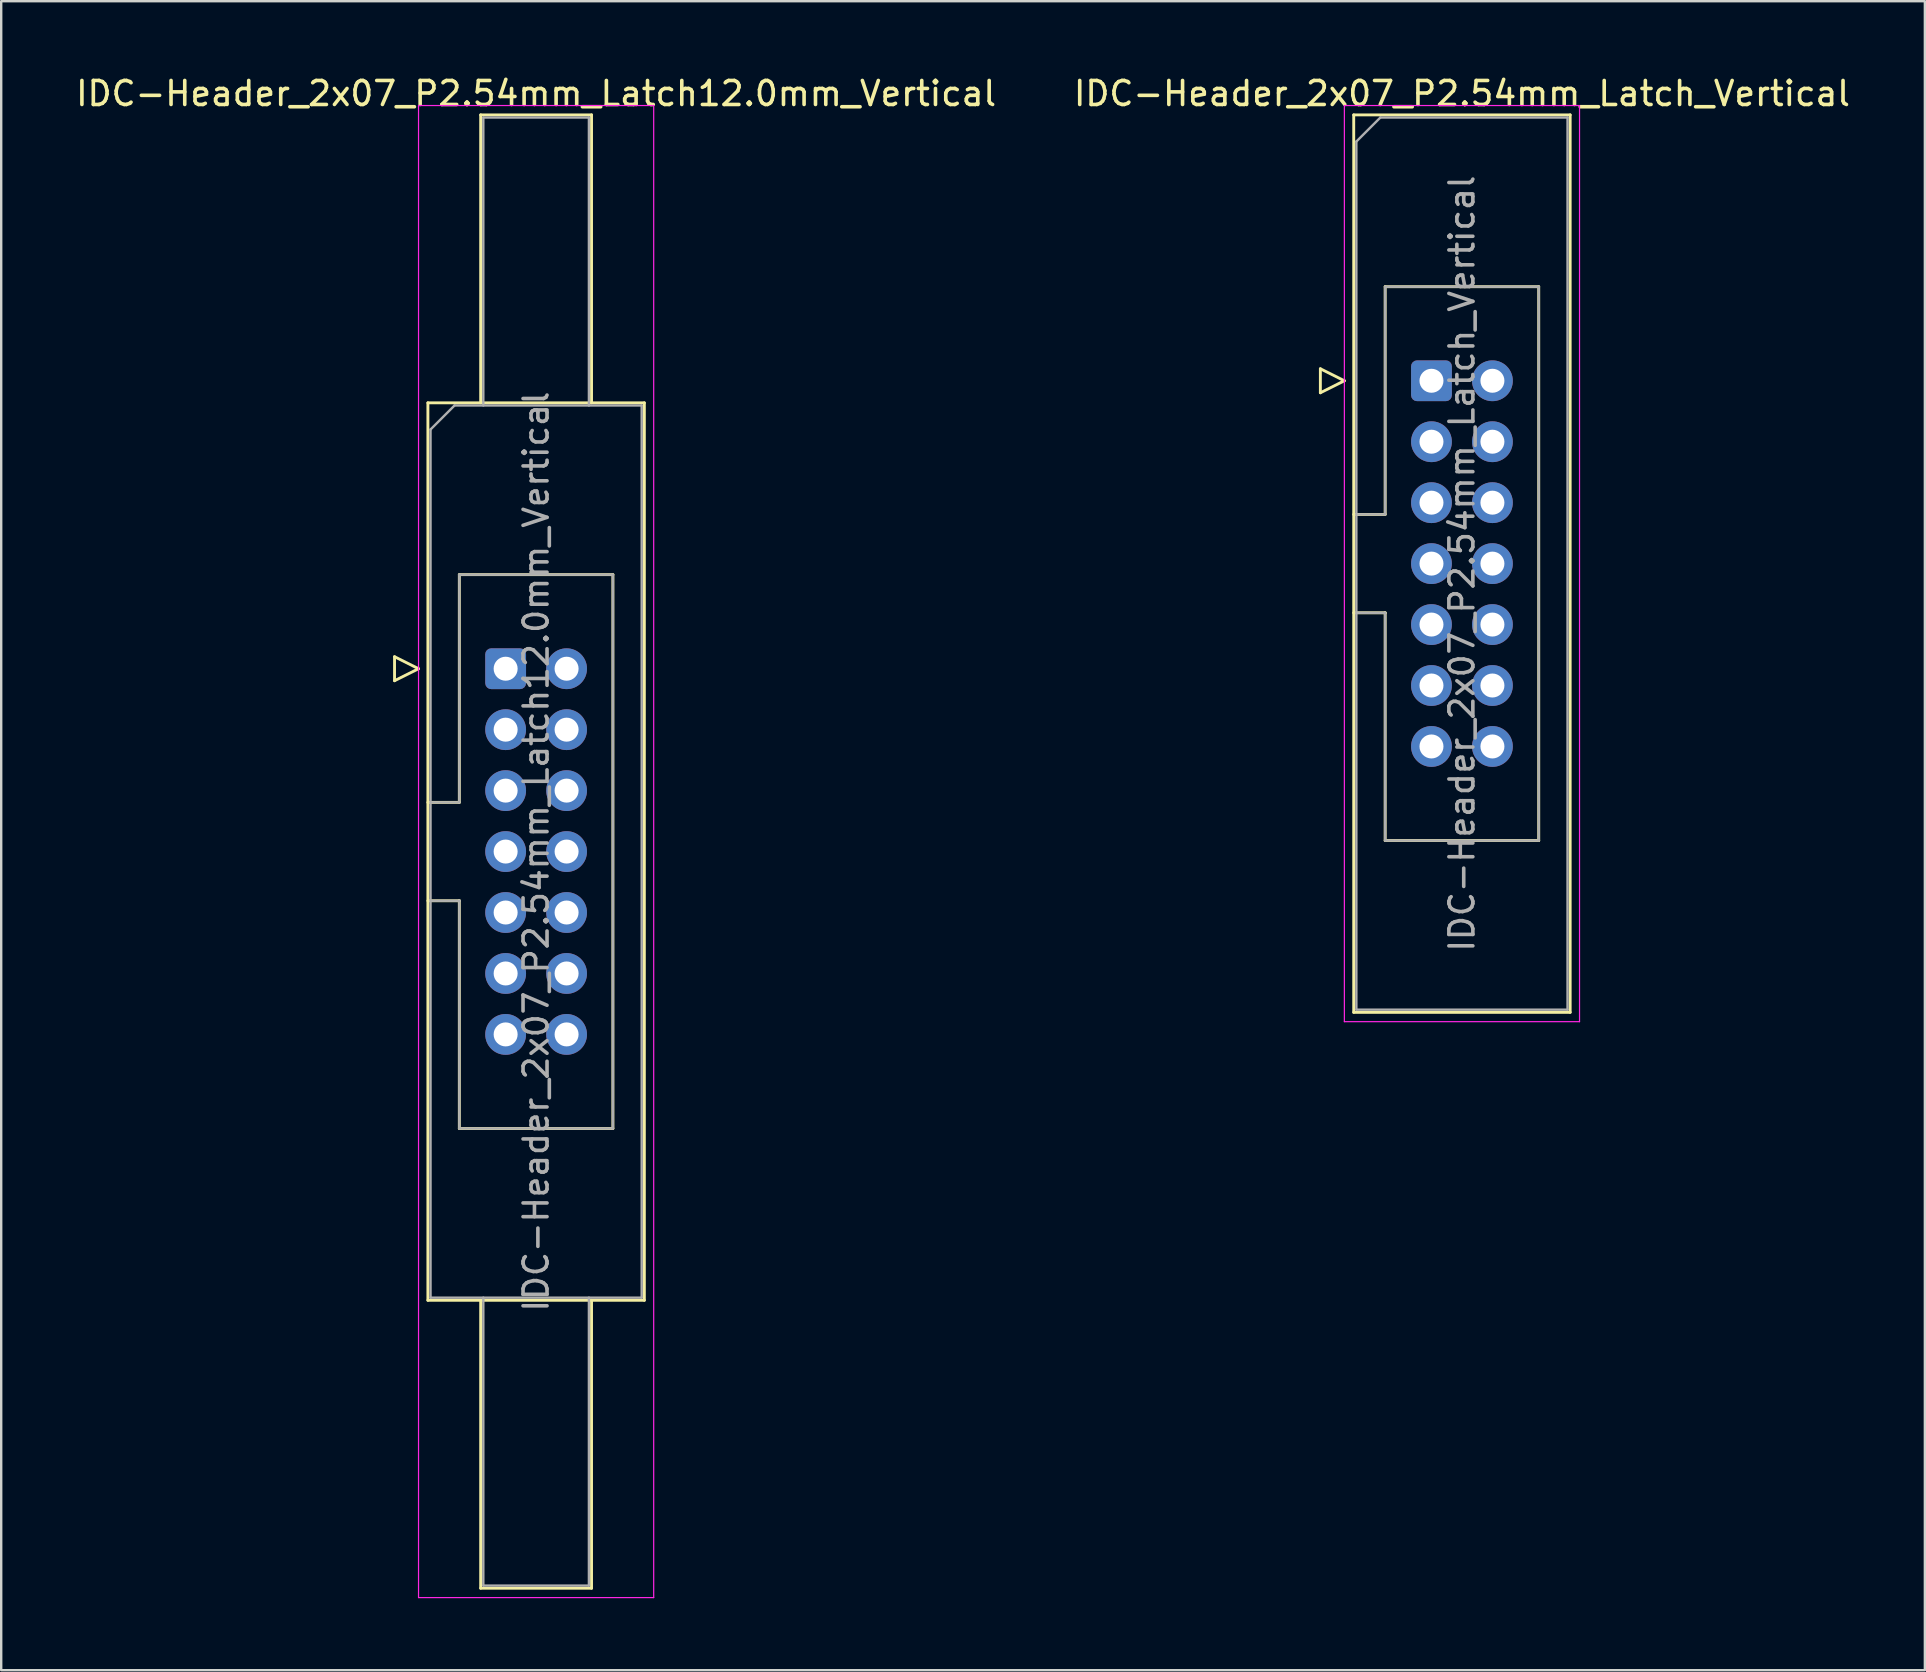
<source format=kicad_pcb>
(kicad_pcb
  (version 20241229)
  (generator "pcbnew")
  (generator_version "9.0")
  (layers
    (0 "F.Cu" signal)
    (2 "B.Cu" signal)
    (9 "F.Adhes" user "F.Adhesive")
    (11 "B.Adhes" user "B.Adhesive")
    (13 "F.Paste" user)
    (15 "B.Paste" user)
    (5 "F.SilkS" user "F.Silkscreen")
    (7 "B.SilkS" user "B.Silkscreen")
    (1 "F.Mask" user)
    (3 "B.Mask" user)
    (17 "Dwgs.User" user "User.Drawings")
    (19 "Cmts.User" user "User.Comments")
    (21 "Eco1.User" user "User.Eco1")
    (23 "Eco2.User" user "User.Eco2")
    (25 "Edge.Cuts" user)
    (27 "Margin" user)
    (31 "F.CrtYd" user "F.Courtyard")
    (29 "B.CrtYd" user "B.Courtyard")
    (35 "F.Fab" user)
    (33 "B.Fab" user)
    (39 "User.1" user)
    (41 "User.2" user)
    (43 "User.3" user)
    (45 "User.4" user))
  (footprint "IDC-Header_2x07_P2.54mm_Latch12.0mm_Vertical"
    (layer "F.Cu")
    (at 18.022 24.818)
    (property "Reference" "IDC-Header_2x07_P2.54mm_Latch12.0mm_Vertical" (at 1.27 -23.97 0) (layer "F.SilkS") (effects (font (size 1 1) (thickness 0.15))))
    (attr through_hole)
    (fp_line (start -4.63 -0.5) (end -4.63 0.5) (stroke (width 0.12) (type solid)) (layer "F.SilkS"))
    (fp_line (start -4.63 0.5) (end -3.63 0) (stroke (width 0.12) (type solid)) (layer "F.SilkS"))
    (fp_line (start -3.63 0) (end -4.63 -0.5) (stroke (width 0.12) (type solid)) (layer "F.SilkS"))
    (fp_line (start -3.24 -11.08) (end 5.78 -11.08) (stroke (width 0.12) (type solid)) (layer "F.SilkS"))
    (fp_line (start -3.24 5.57) (end -1.93 5.57) (stroke (width 0.12) (type solid)) (layer "F.SilkS"))
    (fp_line (start -3.24 26.32) (end -3.24 -11.08) (stroke (width 0.12) (type solid)) (layer "F.SilkS"))
    (fp_line (start -1.93 -3.92) (end 4.47 -3.92) (stroke (width 0.12) (type solid)) (layer "F.SilkS"))
    (fp_line (start -1.93 5.57) (end -1.93 -3.92) (stroke (width 0.12) (type solid)) (layer "F.SilkS"))
    (fp_line (start -1.93 9.67) (end -3.24 9.67) (stroke (width 0.12) (type solid)) (layer "F.SilkS"))
    (fp_line (start -1.93 9.67) (end -1.93 9.67) (stroke (width 0.12) (type solid)) (layer "F.SilkS"))
    (fp_line (start -1.93 19.16) (end -1.93 9.67) (stroke (width 0.12) (type solid)) (layer "F.SilkS"))
    (fp_line (start -1.04 -23.08) (end 3.58 -23.08) (stroke (width 0.12) (type solid)) (layer "F.SilkS"))
    (fp_line (start -1.04 -11.08) (end -1.04 -23.08) (stroke (width 0.12) (type solid)) (layer "F.SilkS"))
    (fp_line (start -1.04 26.32) (end -1.04 38.32) (stroke (width 0.12) (type solid)) (layer "F.SilkS"))
    (fp_line (start -1.04 38.32) (end 3.58 38.32) (stroke (width 0.12) (type solid)) (layer "F.SilkS"))
    (fp_line (start 3.58 -23.08) (end 3.58 -11.08) (stroke (width 0.12) (type solid)) (layer "F.SilkS"))
    (fp_line (start 3.58 38.32) (end 3.58 26.32) (stroke (width 0.12) (type solid)) (layer "F.SilkS"))
    (fp_line (start 4.47 -3.92) (end 4.47 19.16) (stroke (width 0.12) (type solid)) (layer "F.SilkS"))
    (fp_line (start 4.47 19.16) (end -1.93 19.16) (stroke (width 0.12) (type solid)) (layer "F.SilkS"))
    (fp_line (start 5.78 -11.08) (end 5.78 26.32) (stroke (width 0.12) (type solid)) (layer "F.SilkS"))
    (fp_line (start 5.78 26.32) (end -3.24 26.32) (stroke (width 0.12) (type solid)) (layer "F.SilkS"))
    (fp_line (start -3.63 -23.47) (end -3.63 38.71) (stroke (width 0.05) (type solid)) (layer "F.CrtYd"))
    (fp_line (start -3.63 38.71) (end 6.17 38.71) (stroke (width 0.05) (type solid)) (layer "F.CrtYd"))
    (fp_line (start 6.17 -23.47) (end -3.63 -23.47) (stroke (width 0.05) (type solid)) (layer "F.CrtYd"))
    (fp_line (start 6.17 38.71) (end 6.17 -23.47) (stroke (width 0.05) (type solid)) (layer "F.CrtYd"))
    (fp_line (start -3.13 -9.97) (end -2.13 -10.97) (stroke (width 0.1) (type solid)) (layer "F.Fab"))
    (fp_line (start -3.13 5.57) (end -1.93 5.57) (stroke (width 0.1) (type solid)) (layer "F.Fab"))
    (fp_line (start -3.13 26.21) (end -3.13 -9.97) (stroke (width 0.1) (type solid)) (layer "F.Fab"))
    (fp_line (start -2.13 -10.97) (end 5.67 -10.97) (stroke (width 0.1) (type solid)) (layer "F.Fab"))
    (fp_line (start -1.93 -3.92) (end 4.47 -3.92) (stroke (width 0.1) (type solid)) (layer "F.Fab"))
    (fp_line (start -1.93 5.57) (end -1.93 -3.92) (stroke (width 0.1) (type solid)) (layer "F.Fab"))
    (fp_line (start -1.93 9.67) (end -3.13 9.67) (stroke (width 0.1) (type solid)) (layer "F.Fab"))
    (fp_line (start -1.93 9.67) (end -1.93 9.67) (stroke (width 0.1) (type solid)) (layer "F.Fab"))
    (fp_line (start -1.93 19.16) (end -1.93 9.67) (stroke (width 0.1) (type solid)) (layer "F.Fab"))
    (fp_line (start -0.93 -22.97) (end 3.47 -22.97) (stroke (width 0.1) (type solid)) (layer "F.Fab"))
    (fp_line (start -0.93 -10.97) (end -0.93 -22.97) (stroke (width 0.1) (type solid)) (layer "F.Fab"))
    (fp_line (start -0.93 26.21) (end -0.93 38.21) (stroke (width 0.1) (type solid)) (layer "F.Fab"))
    (fp_line (start -0.93 38.21) (end 3.47 38.21) (stroke (width 0.1) (type solid)) (layer "F.Fab"))
    (fp_line (start 3.47 -22.97) (end 3.47 -10.97) (stroke (width 0.1) (type solid)) (layer "F.Fab"))
    (fp_line (start 3.47 38.21) (end 3.47 26.21) (stroke (width 0.1) (type solid)) (layer "F.Fab"))
    (fp_line (start 4.47 -3.92) (end 4.47 19.16) (stroke (width 0.1) (type solid)) (layer "F.Fab"))
    (fp_line (start 4.47 19.16) (end -1.93 19.16) (stroke (width 0.1) (type solid)) (layer "F.Fab"))
    (fp_line (start 5.67 -10.97) (end 5.67 26.21) (stroke (width 0.1) (type solid)) (layer "F.Fab"))
    (fp_line (start 5.67 26.21) (end -3.13 26.21) (stroke (width 0.1) (type solid)) (layer "F.Fab"))
    (fp_text user "${REFERENCE}" (at 1.27 7.62 90) (layer "F.Fab") (effects (font (size 1 1) (thickness 0.15))))
    (pad "1" thru_hole roundrect (at 0 0) (size 1.7 1.7) (drill 1) (layers "*.Cu" "*.Mask") (roundrect_rratio 0.147))
    (pad "2" thru_hole circle (at 2.54 0) (size 1.7 1.7) (drill 1) (layers "*.Cu" "*.Mask"))
    (pad "3" thru_hole circle (at 0 2.54) (size 1.7 1.7) (drill 1) (layers "*.Cu" "*.Mask"))
    (pad "4" thru_hole circle (at 2.54 2.54) (size 1.7 1.7) (drill 1) (layers "*.Cu" "*.Mask"))
    (pad "5" thru_hole circle (at 0 5.08) (size 1.7 1.7) (drill 1) (layers "*.Cu" "*.Mask"))
    (pad "6" thru_hole circle (at 2.54 5.08) (size 1.7 1.7) (drill 1) (layers "*.Cu" "*.Mask"))
    (pad "7" thru_hole circle (at 0 7.62) (size 1.7 1.7) (drill 1) (layers "*.Cu" "*.Mask"))
    (pad "8" thru_hole circle (at 2.54 7.62) (size 1.7 1.7) (drill 1) (layers "*.Cu" "*.Mask"))
    (pad "9" thru_hole circle (at 0 10.16) (size 1.7 1.7) (drill 1) (layers "*.Cu" "*.Mask"))
    (pad "10" thru_hole circle (at 2.54 10.16) (size 1.7 1.7) (drill 1) (layers "*.Cu" "*.Mask"))
    (pad "11" thru_hole circle (at 0 12.7) (size 1.7 1.7) (drill 1) (layers "*.Cu" "*.Mask"))
    (pad "12" thru_hole circle (at 2.54 12.7) (size 1.7 1.7) (drill 1) (layers "*.Cu" "*.Mask"))
    (pad "13" thru_hole circle (at 0 15.24) (size 1.7 1.7) (drill 1) (layers "*.Cu" "*.Mask"))
    (pad "14" thru_hole circle (at 2.54 15.24) (size 1.7 1.7) (drill 1) (layers "*.Cu" "*.Mask")))
  (footprint "IDC-Header_2x07_P2.54mm_Latch_Vertical"
    (layer "F.Cu")
    (at 56.605 12.818)
    (property "Reference" "IDC-Header_2x07_P2.54mm_Latch_Vertical" (at 1.27 -11.97 0) (layer "F.SilkS") (effects (font (size 1 1) (thickness 0.15))))
    (attr through_hole)
    (fp_line (start -4.63 -0.5) (end -4.63 0.5) (stroke (width 0.12) (type solid)) (layer "F.SilkS"))
    (fp_line (start -4.63 0.5) (end -3.63 0) (stroke (width 0.12) (type solid)) (layer "F.SilkS"))
    (fp_line (start -3.63 0) (end -4.63 -0.5) (stroke (width 0.12) (type solid)) (layer "F.SilkS"))
    (fp_line (start -3.24 -11.08) (end 5.78 -11.08) (stroke (width 0.12) (type solid)) (layer "F.SilkS"))
    (fp_line (start -3.24 5.57) (end -1.93 5.57) (stroke (width 0.12) (type solid)) (layer "F.SilkS"))
    (fp_line (start -3.24 26.32) (end -3.24 -11.08) (stroke (width 0.12) (type solid)) (layer "F.SilkS"))
    (fp_line (start -1.93 -3.92) (end 4.47 -3.92) (stroke (width 0.12) (type solid)) (layer "F.SilkS"))
    (fp_line (start -1.93 5.57) (end -1.93 -3.92) (stroke (width 0.12) (type solid)) (layer "F.SilkS"))
    (fp_line (start -1.93 9.67) (end -3.24 9.67) (stroke (width 0.12) (type solid)) (layer "F.SilkS"))
    (fp_line (start -1.93 9.67) (end -1.93 9.67) (stroke (width 0.12) (type solid)) (layer "F.SilkS"))
    (fp_line (start -1.93 19.16) (end -1.93 9.67) (stroke (width 0.12) (type solid)) (layer "F.SilkS"))
    (fp_line (start 4.47 -3.92) (end 4.47 19.16) (stroke (width 0.12) (type solid)) (layer "F.SilkS"))
    (fp_line (start 4.47 19.16) (end -1.93 19.16) (stroke (width 0.12) (type solid)) (layer "F.SilkS"))
    (fp_line (start 5.78 -11.08) (end 5.78 26.32) (stroke (width 0.12) (type solid)) (layer "F.SilkS"))
    (fp_line (start 5.78 26.32) (end -3.24 26.32) (stroke (width 0.12) (type solid)) (layer "F.SilkS"))
    (fp_line (start -3.63 -11.47) (end -3.63 26.71) (stroke (width 0.05) (type solid)) (layer "F.CrtYd"))
    (fp_line (start -3.63 26.71) (end 6.17 26.71) (stroke (width 0.05) (type solid)) (layer "F.CrtYd"))
    (fp_line (start 6.17 -11.47) (end -3.63 -11.47) (stroke (width 0.05) (type solid)) (layer "F.CrtYd"))
    (fp_line (start 6.17 26.71) (end 6.17 -11.47) (stroke (width 0.05) (type solid)) (layer "F.CrtYd"))
    (fp_line (start -3.13 -9.97) (end -2.13 -10.97) (stroke (width 0.1) (type solid)) (layer "F.Fab"))
    (fp_line (start -3.13 5.57) (end -1.93 5.57) (stroke (width 0.1) (type solid)) (layer "F.Fab"))
    (fp_line (start -3.13 26.21) (end -3.13 -9.97) (stroke (width 0.1) (type solid)) (layer "F.Fab"))
    (fp_line (start -2.13 -10.97) (end 5.67 -10.97) (stroke (width 0.1) (type solid)) (layer "F.Fab"))
    (fp_line (start -1.93 -3.92) (end 4.47 -3.92) (stroke (width 0.1) (type solid)) (layer "F.Fab"))
    (fp_line (start -1.93 5.57) (end -1.93 -3.92) (stroke (width 0.1) (type solid)) (layer "F.Fab"))
    (fp_line (start -1.93 9.67) (end -3.13 9.67) (stroke (width 0.1) (type solid)) (layer "F.Fab"))
    (fp_line (start -1.93 9.67) (end -1.93 9.67) (stroke (width 0.1) (type solid)) (layer "F.Fab"))
    (fp_line (start -1.93 19.16) (end -1.93 9.67) (stroke (width 0.1) (type solid)) (layer "F.Fab"))
    (fp_line (start 4.47 -3.92) (end 4.47 19.16) (stroke (width 0.1) (type solid)) (layer "F.Fab"))
    (fp_line (start 4.47 19.16) (end -1.93 19.16) (stroke (width 0.1) (type solid)) (layer "F.Fab"))
    (fp_line (start 5.67 -10.97) (end 5.67 26.21) (stroke (width 0.1) (type solid)) (layer "F.Fab"))
    (fp_line (start 5.67 26.21) (end -3.13 26.21) (stroke (width 0.1) (type solid)) (layer "F.Fab"))
    (fp_text user "${REFERENCE}" (at 1.27 7.62 90) (layer "F.Fab") (effects (font (size 1 1) (thickness 0.15))))
    (pad "1" thru_hole roundrect (at 0 0) (size 1.7 1.7) (drill 1) (layers "*.Cu" "*.Mask") (roundrect_rratio 0.147))
    (pad "2" thru_hole circle (at 2.54 0) (size 1.7 1.7) (drill 1) (layers "*.Cu" "*.Mask"))
    (pad "3" thru_hole circle (at 0 2.54) (size 1.7 1.7) (drill 1) (layers "*.Cu" "*.Mask"))
    (pad "4" thru_hole circle (at 2.54 2.54) (size 1.7 1.7) (drill 1) (layers "*.Cu" "*.Mask"))
    (pad "5" thru_hole circle (at 0 5.08) (size 1.7 1.7) (drill 1) (layers "*.Cu" "*.Mask"))
    (pad "6" thru_hole circle (at 2.54 5.08) (size 1.7 1.7) (drill 1) (layers "*.Cu" "*.Mask"))
    (pad "7" thru_hole circle (at 0 7.62) (size 1.7 1.7) (drill 1) (layers "*.Cu" "*.Mask"))
    (pad "8" thru_hole circle (at 2.54 7.62) (size 1.7 1.7) (drill 1) (layers "*.Cu" "*.Mask"))
    (pad "9" thru_hole circle (at 0 10.16) (size 1.7 1.7) (drill 1) (layers "*.Cu" "*.Mask"))
    (pad "10" thru_hole circle (at 2.54 10.16) (size 1.7 1.7) (drill 1) (layers "*.Cu" "*.Mask"))
    (pad "11" thru_hole circle (at 0 12.7) (size 1.7 1.7) (drill 1) (layers "*.Cu" "*.Mask"))
    (pad "12" thru_hole circle (at 2.54 12.7) (size 1.7 1.7) (drill 1) (layers "*.Cu" "*.Mask"))
    (pad "13" thru_hole circle (at 0 15.24) (size 1.7 1.7) (drill 1) (layers "*.Cu" "*.Mask"))
    (pad "14" thru_hole circle (at 2.54 15.24) (size 1.7 1.7) (drill 1) (layers "*.Cu" "*.Mask")))
  (gr_rect
    (start -3 -3)
    (end 77.167 66.553)
    (stroke (width 0.1) (type default))
    (fill no)
    (layer "Edge.Cuts")))
</source>
